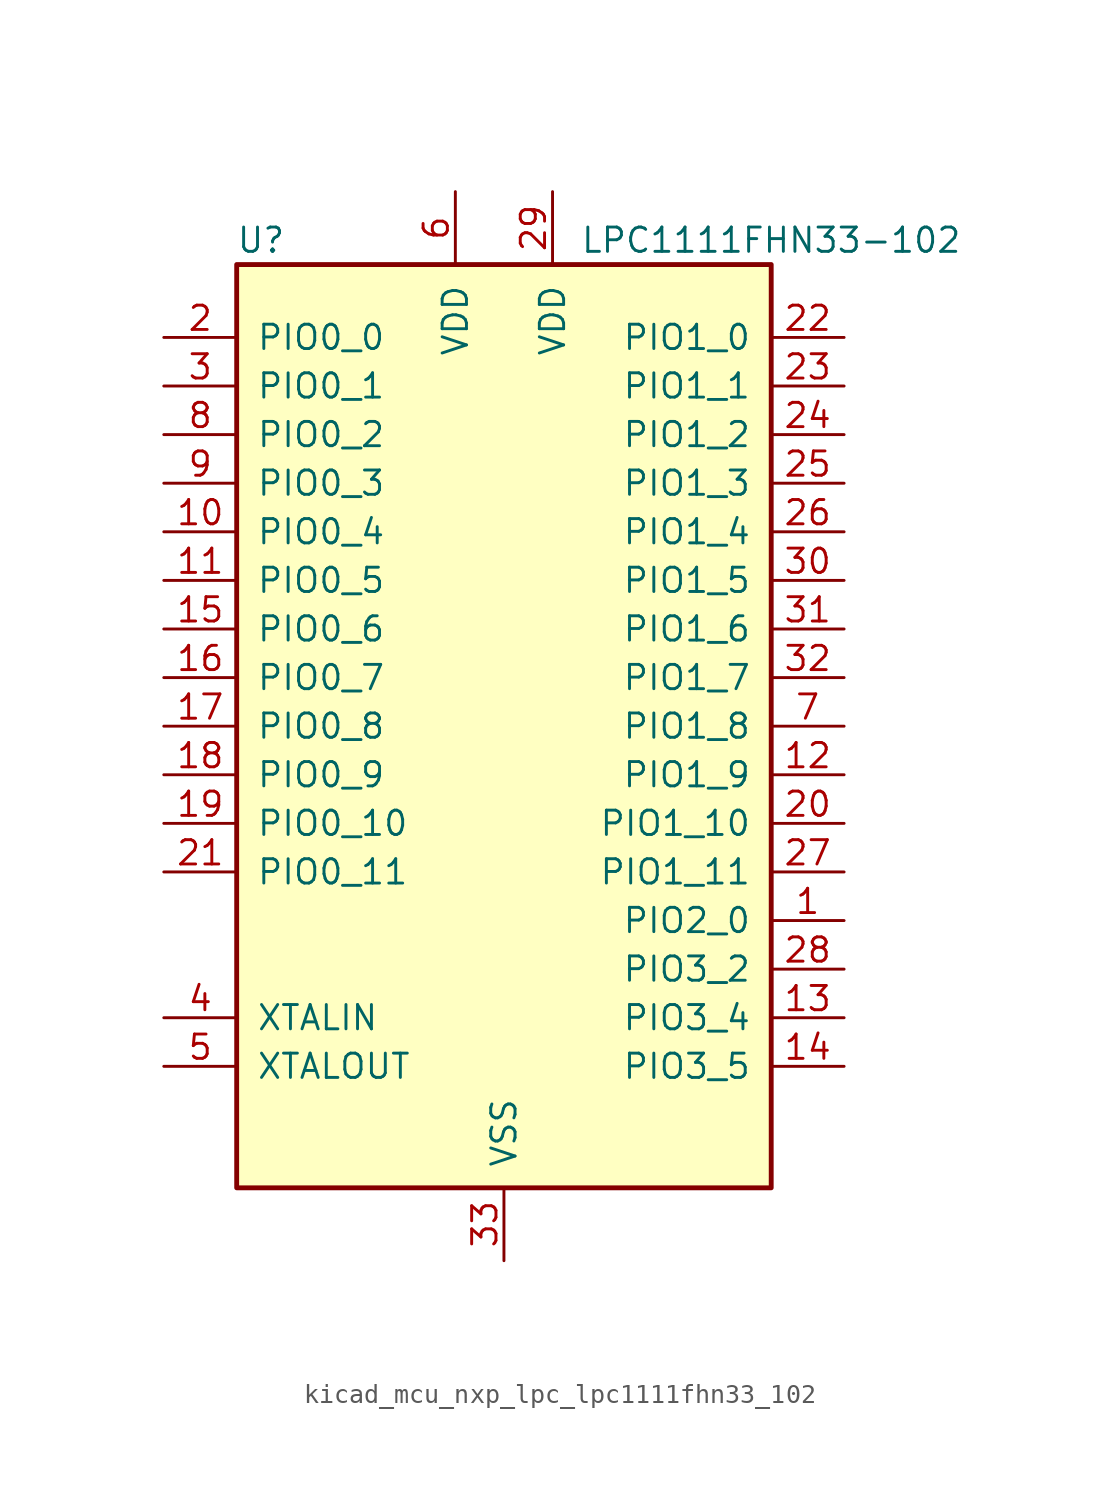
<source format=kicad_sym>
(kicad_symbol_lib
  (version 20220914)
  (generator kicad_symbol_editor)
  (symbol "kicad_mcu_nxp_lpc_lpc1111fhn33_102"
    (pin_names
      (offset 1.016))
    (property "Reference" "U"
      (at -12.7 25.4 0)
      (effects (font (size 1.27 1.27))))
    (property "Value" "LPC1111FHN33-102"
      (at 13.97 25.4 0)
      (effects (font (size 1.27 1.27))))
    (symbol "kicad_mcu_nxp_lpc_lpc1111fhn33_102_0_1"
      (rectangle (start -13.97 24.13) (end 13.97 -24.13) (stroke (width 0.254) (type default)) (fill (type background))))
    (symbol "kicad_mcu_nxp_lpc_lpc1111fhn33_102_1_1"
      (pin bidirectional line (at 17.78 -10.16 180) (length 3.81) (name "PIO2_0" (effects (font (size 1.27 1.27)))) (number "1" (effects (font (size 1.27 1.27)))))
      (pin bidirectional line (at -17.78 10.16 0) (length 3.81) (name "PIO0_4" (effects (font (size 1.27 1.27)))) (number "10" (effects (font (size 1.27 1.27)))))
      (pin bidirectional line (at -17.78 7.62 0) (length 3.81) (name "PIO0_5" (effects (font (size 1.27 1.27)))) (number "11" (effects (font (size 1.27 1.27)))))
      (pin bidirectional line (at 17.78 -2.54 180) (length 3.81) (name "PIO1_9" (effects (font (size 1.27 1.27)))) (number "12" (effects (font (size 1.27 1.27)))))
      (pin bidirectional line (at 17.78 -15.24 180) (length 3.81) (name "PIO3_4" (effects (font (size 1.27 1.27)))) (number "13" (effects (font (size 1.27 1.27)))))
      (pin bidirectional line (at 17.78 -17.78 180) (length 3.81) (name "PIO3_5" (effects (font (size 1.27 1.27)))) (number "14" (effects (font (size 1.27 1.27)))))
      (pin bidirectional line (at -17.78 5.08 0) (length 3.81) (name "PIO0_6" (effects (font (size 1.27 1.27)))) (number "15" (effects (font (size 1.27 1.27)))))
      (pin bidirectional line (at -17.78 2.54 0) (length 3.81) (name "PIO0_7" (effects (font (size 1.27 1.27)))) (number "16" (effects (font (size 1.27 1.27)))))
      (pin bidirectional line (at -17.78 0 0) (length 3.81) (name "PIO0_8" (effects (font (size 1.27 1.27)))) (number "17" (effects (font (size 1.27 1.27)))))
      (pin bidirectional line (at -17.78 -2.54 0) (length 3.81) (name "PIO0_9" (effects (font (size 1.27 1.27)))) (number "18" (effects (font (size 1.27 1.27)))))
      (pin bidirectional line (at -17.78 -5.08 0) (length 3.81) (name "PIO0_10" (effects (font (size 1.27 1.27)))) (number "19" (effects (font (size 1.27 1.27)))))
      (pin bidirectional line (at -17.78 20.32 0) (length 3.81) (name "PIO0_0" (effects (font (size 1.27 1.27)))) (number "2" (effects (font (size 1.27 1.27)))))
      (pin bidirectional line (at 17.78 -5.08 180) (length 3.81) (name "PIO1_10" (effects (font (size 1.27 1.27)))) (number "20" (effects (font (size 1.27 1.27)))))
      (pin bidirectional line (at -17.78 -7.62 0) (length 3.81) (name "PIO0_11" (effects (font (size 1.27 1.27)))) (number "21" (effects (font (size 1.27 1.27)))))
      (pin bidirectional line (at 17.78 20.32 180) (length 3.81) (name "PIO1_0" (effects (font (size 1.27 1.27)))) (number "22" (effects (font (size 1.27 1.27)))))
      (pin bidirectional line (at 17.78 17.78 180) (length 3.81) (name "PIO1_1" (effects (font (size 1.27 1.27)))) (number "23" (effects (font (size 1.27 1.27)))))
      (pin bidirectional line (at 17.78 15.24 180) (length 3.81) (name "PIO1_2" (effects (font (size 1.27 1.27)))) (number "24" (effects (font (size 1.27 1.27)))))
      (pin bidirectional line (at 17.78 12.7 180) (length 3.81) (name "PIO1_3" (effects (font (size 1.27 1.27)))) (number "25" (effects (font (size 1.27 1.27)))))
      (pin bidirectional line (at 17.78 10.16 180) (length 3.81) (name "PIO1_4" (effects (font (size 1.27 1.27)))) (number "26" (effects (font (size 1.27 1.27)))))
      (pin bidirectional line (at 17.78 -7.62 180) (length 3.81) (name "PIO1_11" (effects (font (size 1.27 1.27)))) (number "27" (effects (font (size 1.27 1.27)))))
      (pin bidirectional line (at 17.78 -12.7 180) (length 3.81) (name "PIO3_2" (effects (font (size 1.27 1.27)))) (number "28" (effects (font (size 1.27 1.27)))))
      (pin power_in line (at 2.54 27.94 270) (length 3.81) (name "VDD" (effects (font (size 1.27 1.27)))) (number "29" (effects (font (size 1.27 1.27)))))
      (pin bidirectional line (at -17.78 17.78 0) (length 3.81) (name "PIO0_1" (effects (font (size 1.27 1.27)))) (number "3" (effects (font (size 1.27 1.27)))))
      (pin bidirectional line (at 17.78 7.62 180) (length 3.81) (name "PIO1_5" (effects (font (size 1.27 1.27)))) (number "30" (effects (font (size 1.27 1.27)))))
      (pin bidirectional line (at 17.78 5.08 180) (length 3.81) (name "PIO1_6" (effects (font (size 1.27 1.27)))) (number "31" (effects (font (size 1.27 1.27)))))
      (pin bidirectional line (at 17.78 2.54 180) (length 3.81) (name "PIO1_7" (effects (font (size 1.27 1.27)))) (number "32" (effects (font (size 1.27 1.27)))))
      (pin power_in line (at 0 -27.94 90) (length 3.81) (name "VSS" (effects (font (size 1.27 1.27)))) (number "33" (effects (font (size 1.27 1.27)))))
      (pin input line (at -17.78 -15.24 0) (length 3.81) (name "XTALIN" (effects (font (size 1.27 1.27)))) (number "4" (effects (font (size 1.27 1.27)))))
      (pin output line (at -17.78 -17.78 0) (length 3.81) (name "XTALOUT" (effects (font (size 1.27 1.27)))) (number "5" (effects (font (size 1.27 1.27)))))
      (pin power_in line (at -2.54 27.94 270) (length 3.81) (name "VDD" (effects (font (size 1.27 1.27)))) (number "6" (effects (font (size 1.27 1.27)))))
      (pin bidirectional line (at 17.78 0 180) (length 3.81) (name "PIO1_8" (effects (font (size 1.27 1.27)))) (number "7" (effects (font (size 1.27 1.27)))))
      (pin bidirectional line (at -17.78 15.24 0) (length 3.81) (name "PIO0_2" (effects (font (size 1.27 1.27)))) (number "8" (effects (font (size 1.27 1.27)))))
      (pin bidirectional line (at -17.78 12.7 0) (length 3.81) (name "PIO0_3" (effects (font (size 1.27 1.27)))) (number "9" (effects (font (size 1.27 1.27))))))))
</source>
